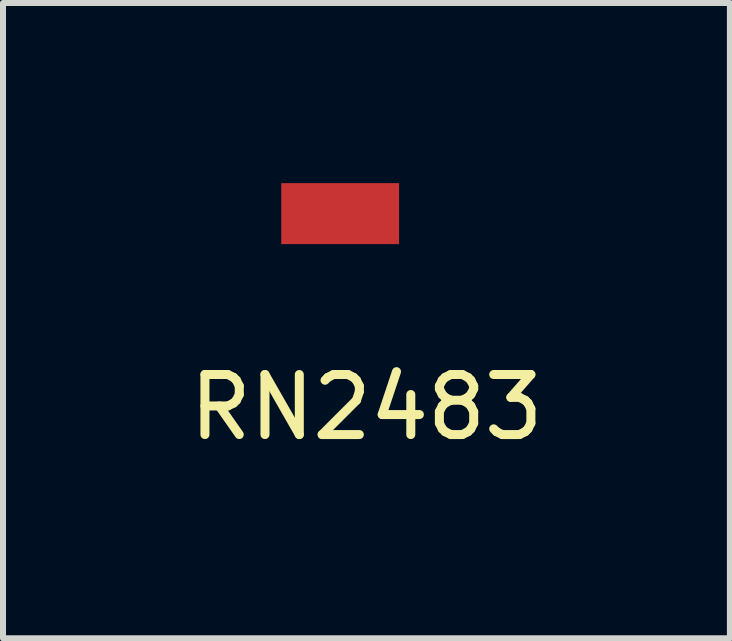
<source format=kicad_pcb>
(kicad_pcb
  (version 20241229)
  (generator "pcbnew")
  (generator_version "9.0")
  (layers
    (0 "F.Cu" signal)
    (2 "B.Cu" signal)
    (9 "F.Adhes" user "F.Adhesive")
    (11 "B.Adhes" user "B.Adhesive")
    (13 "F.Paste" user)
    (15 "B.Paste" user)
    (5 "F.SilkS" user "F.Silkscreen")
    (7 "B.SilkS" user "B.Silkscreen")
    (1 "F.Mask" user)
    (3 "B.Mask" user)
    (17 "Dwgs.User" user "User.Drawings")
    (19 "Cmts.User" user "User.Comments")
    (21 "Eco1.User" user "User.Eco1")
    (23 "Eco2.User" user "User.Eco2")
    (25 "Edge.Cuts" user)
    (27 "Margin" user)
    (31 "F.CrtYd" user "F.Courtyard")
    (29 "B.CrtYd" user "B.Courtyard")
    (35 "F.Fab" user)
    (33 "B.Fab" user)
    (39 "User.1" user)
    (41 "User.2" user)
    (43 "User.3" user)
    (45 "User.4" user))
  (footprint "RN2483"
    (layer "F.Cu")
    (at 3.054 1.778)
    (property "Reference" "RN2483" (at 0 1.955 0) (layer "F.SilkS") (effects (font (size 1 1) (thickness 0.15))))
    (attr through_hole)
    (pad "1" smd rect (at 0 -1.27) (size 1.962 1.016) (drill (offset -0.438 0)) (layers "F.Cu" "F.Mask" "F.Paste")))
  (gr_rect
    (start -3 -3)
    (end 9.107 7.581)
    (stroke (width 0.1) (type default))
    (fill no)
    (layer "Edge.Cuts")))
</source>
